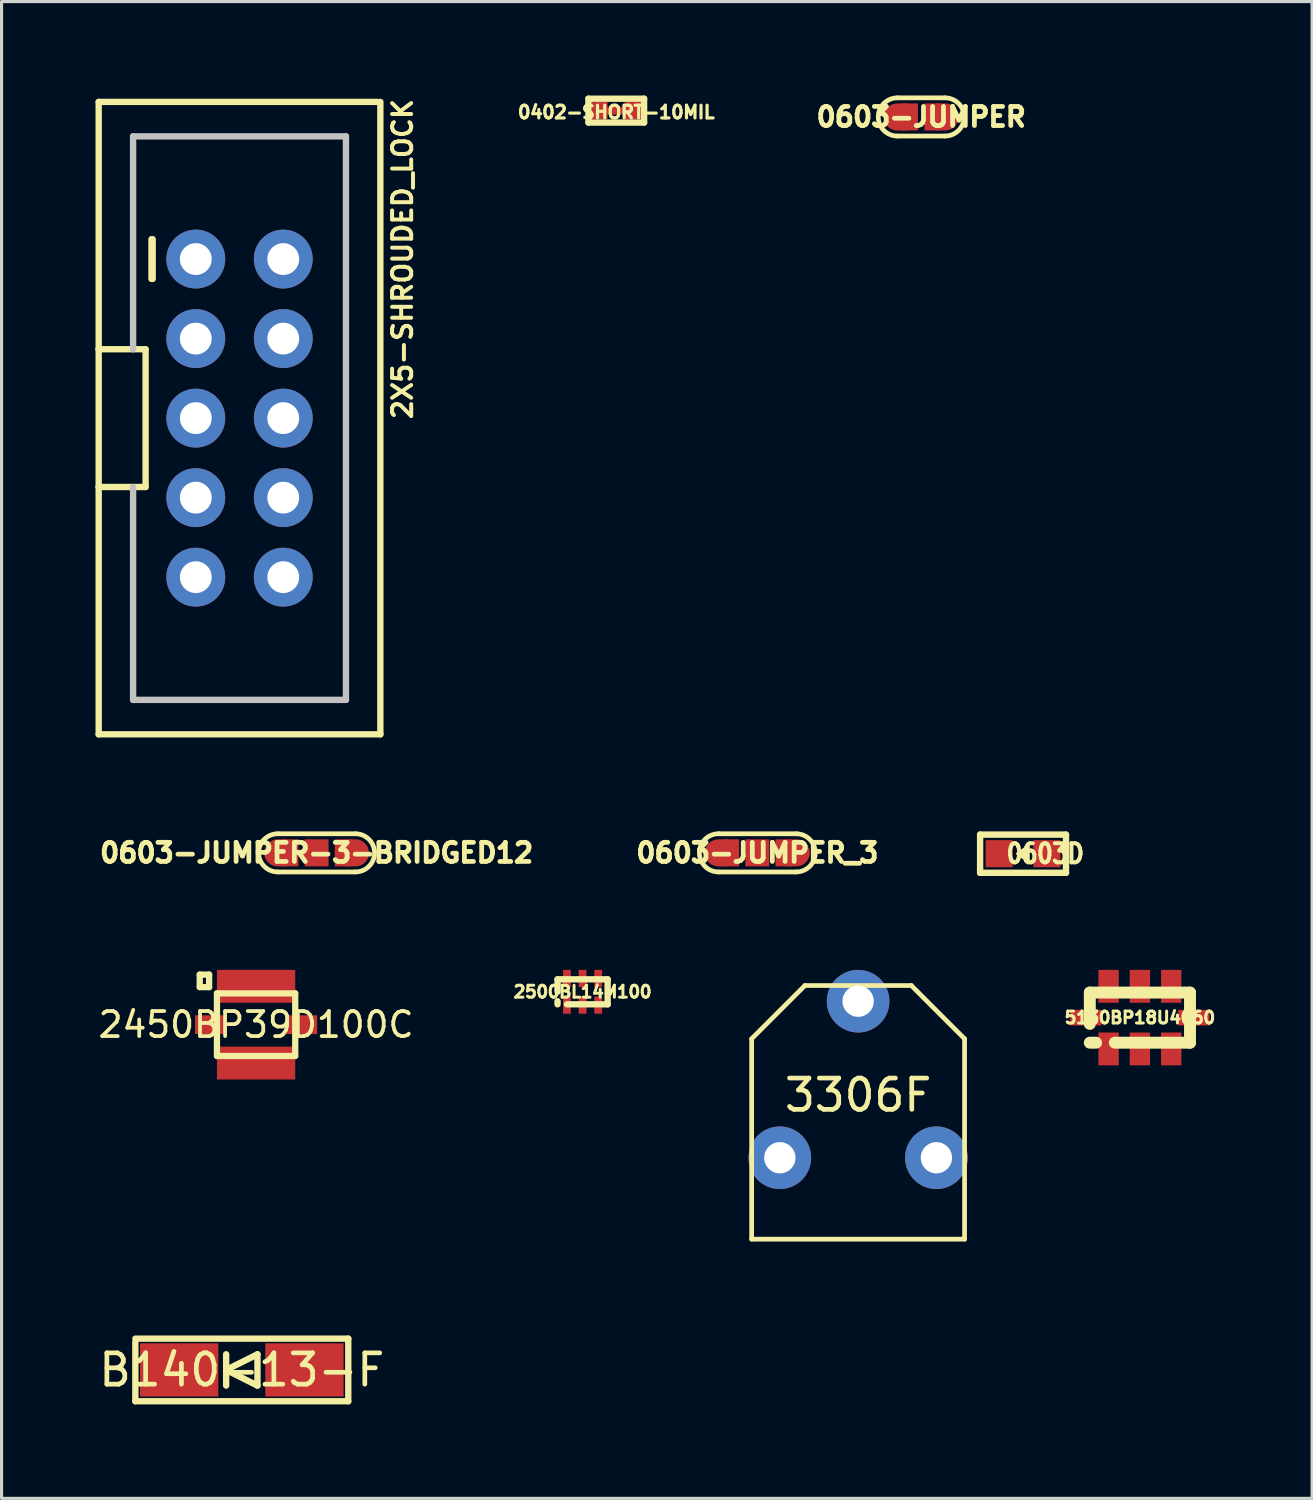
<source format=kicad_pcb>
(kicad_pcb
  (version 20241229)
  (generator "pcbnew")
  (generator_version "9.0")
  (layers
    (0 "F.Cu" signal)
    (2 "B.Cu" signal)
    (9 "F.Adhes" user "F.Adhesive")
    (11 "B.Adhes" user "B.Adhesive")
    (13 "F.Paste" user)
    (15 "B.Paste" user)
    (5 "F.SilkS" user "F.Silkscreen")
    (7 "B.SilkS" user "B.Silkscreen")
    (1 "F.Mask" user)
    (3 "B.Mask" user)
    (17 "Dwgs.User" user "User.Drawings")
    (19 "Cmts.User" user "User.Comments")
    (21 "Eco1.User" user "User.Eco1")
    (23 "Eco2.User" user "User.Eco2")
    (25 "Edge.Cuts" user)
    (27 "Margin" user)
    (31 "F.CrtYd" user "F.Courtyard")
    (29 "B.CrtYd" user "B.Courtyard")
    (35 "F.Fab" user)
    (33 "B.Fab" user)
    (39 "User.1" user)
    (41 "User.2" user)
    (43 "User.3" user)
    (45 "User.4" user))
  (footprint "0603-JUMPER-3-BRIDGED12"
    (layer "F.Cu")
    (at 7.062 24.189)
    (property "Reference" "0603-JUMPER-3-BRIDGED12" (at 0 0 0) (layer "F.SilkS") (effects (font (size 0.61 0.61) (thickness 0.152))))
    (attr exclude_from_pos_files exclude_from_bom)
    (fp_line (start -1.241 0.61) (end 1.241 0.61) (stroke (width 0.15) (type solid)) (layer "F.SilkS"))
    (fp_line (start 1.241 -0.61) (end -1.241 -0.61) (stroke (width 0.15) (type solid)) (layer "F.SilkS"))
    (fp_arc (start -1.2414 0.6096) (mid -1.851 0) (end -1.2414 -0.6096) (stroke (width 0.15) (type solid)) (layer "F.SilkS"))
    (fp_arc (start 1.2414 -0.6096) (mid 1.851 0) (end 1.2414 0.6096) (stroke (width 0.15) (type solid)) (layer "F.SilkS"))
    (pad "" smd rect (at -0.5 0) (size 0.762 0.203) (layers "F.Cu" "F.Mask"))
    (pad "1" smd oval (at -1.127 0) (size 1.092 0.864) (layers "F.Cu" "F.Mask"))
    (pad "1" smd rect (at -0.835 0) (size 0.508 0.864) (layers "F.Cu" "F.Mask"))
    (pad "2" smd rect (at 0 0) (size 0.762 0.864) (layers "F.Cu" "F.Mask"))
    (pad "3" smd rect (at 0.835 0) (size 0.508 0.864) (layers "F.Cu" "F.Mask"))
    (pad "3" smd oval (at 1.127 0) (size 1.092 0.864) (layers "F.Cu" "F.Mask")))
  (footprint "3306F"
    (layer "F.Cu")
    (at 24.357 33.927)
    (property "Reference" "3306F" (at 0 -2 0) (layer "F.SilkS") (effects (font (size 1 1) (thickness 0.15))))
    (attr through_hole)
    (fp_line (start -3.4 -3.8) (end -1.7 -5.5) (stroke (width 0.15) (type solid)) (layer "F.SilkS"))
    (fp_line (start -3.4 2.6) (end -3.4 -3.8) (stroke (width 0.15) (type solid)) (layer "F.SilkS"))
    (fp_line (start -3.4 2.6) (end 3.4 2.6) (stroke (width 0.15) (type solid)) (layer "F.SilkS"))
    (fp_line (start 1.7 -5.5) (end -1.7 -5.5) (stroke (width 0.15) (type solid)) (layer "F.SilkS"))
    (fp_line (start 3.4 -3.8) (end 1.7 -5.5) (stroke (width 0.15) (type solid)) (layer "F.SilkS"))
    (fp_line (start 3.4 2.6) (end 3.4 -3.8) (stroke (width 0.15) (type solid)) (layer "F.SilkS"))
    (pad "1" thru_hole circle (at -2.5 0) (size 2 2) (drill 1) (layers "*.Cu" "*.Mask"))
    (pad "2" thru_hole circle (at 0 -5) (size 2 2) (drill 1) (layers "*.Cu" "*.Mask"))
    (pad "3" thru_hole circle (at 2.5 0) (size 2 2) (drill 1) (layers "*.Cu" "*.Mask")))
  (footprint "5130BP18U4060"
    (layer "F.Cu")
    (at 33.357 29.452)
    (property "Reference" "5130BP18U4060" (at 0 0 0) (layer "F.SilkS") (effects (font (size 0.381 0.381) (thickness 0.095))))
    (attr smd)
    (fp_line (start -1.6 -0.8) (end -1.6 0.2) (stroke (width 0.381) (type solid)) (layer "F.SilkS"))
    (fp_line (start -1.6 -0.8) (end 1.6 -0.8) (stroke (width 0.381) (type solid)) (layer "F.SilkS"))
    (fp_line (start -1.6 0.8) (end -1.4 0.8) (stroke (width 0.381) (type solid)) (layer "F.SilkS"))
    (fp_line (start 1.6 -0.8) (end 1.6 0.8) (stroke (width 0.381) (type solid)) (layer "F.SilkS"))
    (fp_line (start 1.6 0.8) (end -0.8 0.8) (stroke (width 0.381) (type solid)) (layer "F.SilkS"))
    (pad "1" smd rect (at -1 1) (size 0.65 1.05) (layers "F.Cu" "F.Mask" "F.Paste"))
    (pad "2" smd rect (at 0 1) (size 0.65 1.05) (layers "F.Cu" "F.Mask" "F.Paste"))
    (pad "3" smd rect (at 1 1) (size 0.65 1.05) (layers "F.Cu" "F.Mask" "F.Paste"))
    (pad "4" smd rect (at 1.725 0) (size 1 0.5) (layers "F.Cu" "F.Mask" "F.Paste"))
    (pad "5" smd rect (at 1 -1) (size 0.65 1.05) (layers "F.Cu" "F.Mask" "F.Paste"))
    (pad "6" smd rect (at 0 -1) (size 0.65 1.05) (layers "F.Cu" "F.Mask" "F.Paste"))
    (pad "7" smd rect (at -1 -1) (size 0.65 1.05) (layers "F.Cu" "F.Mask" "F.Paste"))
    (pad "8" smd rect (at -1.725 0) (size 1 0.5) (layers "F.Cu" "F.Mask" "F.Paste")))
  (footprint "0603-JUMPER"
    (layer "F.Cu")
    (at 26.372 0.685)
    (property "Reference" "0603-JUMPER" (at 0 0 0) (layer "F.SilkS") (effects (font (size 0.61 0.61) (thickness 0.152))))
    (attr exclude_from_pos_files exclude_from_bom)
    (fp_line (start -0.762 0.61) (end 0.762 0.61) (stroke (width 0.15) (type solid)) (layer "F.SilkS"))
    (fp_line (start 0.762 -0.61) (end -0.762 -0.61) (stroke (width 0.15) (type solid)) (layer "F.SilkS"))
    (fp_arc (start -0.762 0.6096) (mid -1.3716 0) (end -0.762 -0.6096) (stroke (width 0.15) (type solid)) (layer "F.SilkS"))
    (fp_arc (start 0.762 -0.6096) (mid 1.3716 0) (end 0.762 0.6096) (stroke (width 0.15) (type solid)) (layer "F.SilkS"))
    (pad "1" smd oval (at -0.648 0) (size 1.092 0.864) (layers "F.Cu" "F.Mask"))
    (pad "1" smd rect (at -0.356 0) (size 0.508 0.864) (layers "F.Cu" "F.Mask"))
    (pad "2" smd rect (at 0.356 0) (size 0.508 0.864) (layers "F.Cu" "F.Mask"))
    (pad "2" smd oval (at 0.648 0) (size 1.092 0.864) (layers "F.Cu" "F.Mask")))
  (footprint "0402-SHORT-10MIL"
    (layer "F.Cu")
    (at 16.633 0.483)
    (property "Reference" "0402-SHORT-10MIL" (at 0 0.051 0) (layer "F.SilkS") (effects (font (size 0.406 0.406) (thickness 0.102))))
    (attr smd)
    (fp_line (start -0.889 -0.381) (end 0.889 -0.381) (stroke (width 0.203) (type solid)) (layer "F.SilkS"))
    (fp_line (start -0.889 0.381) (end -0.889 -0.381) (stroke (width 0.203) (type solid)) (layer "F.SilkS"))
    (fp_line (start 0.889 -0.381) (end 0.889 0.381) (stroke (width 0.203) (type solid)) (layer "F.SilkS"))
    (fp_line (start 0.889 0.381) (end -0.889 0.381) (stroke (width 0.203) (type solid)) (layer "F.SilkS"))
    (pad "" smd rect (at 0 0) (size 0.762 0.254) (layers "F.Cu" "F.Mask"))
    (pad "1" smd rect (at -0.533 0) (size 0.508 0.559) (layers "F.Cu" "F.Mask"))
    (pad "2" smd rect (at 0.533 0) (size 0.508 0.559) (layers "F.Cu" "F.Mask")))
  (footprint "2500BL14M100"
    (layer "F.Cu")
    (at 15.557 28.627)
    (property "Reference" "2500BL14M100" (at 0 0 0) (layer "F.SilkS") (effects (font (size 0.381 0.381) (thickness 0.095))))
    (attr smd)
    (fp_line (start -0.8 -0.399) (end -0.8 0) (stroke (width 0.203) (type solid)) (layer "F.SilkS"))
    (fp_line (start -0.8 -0.399) (end 0.8 -0.399) (stroke (width 0.203) (type solid)) (layer "F.SilkS"))
    (fp_line (start -0.8 0.399) (end -0.8 0.3) (stroke (width 0.203) (type solid)) (layer "F.SilkS"))
    (fp_line (start 0.8 -0.399) (end 0.8 0.399) (stroke (width 0.203) (type solid)) (layer "F.SilkS"))
    (fp_line (start 0.8 0.399) (end -0.5 0.399) (stroke (width 0.203) (type solid)) (layer "F.SilkS"))
    (pad "1" smd rect (at -0.5 0.425) (size 0.25 0.55) (layers "F.Cu" "F.Mask" "F.Paste"))
    (pad "2" smd rect (at 0 0.425) (size 0.25 0.55) (layers "F.Cu" "F.Mask" "F.Paste"))
    (pad "3" smd rect (at 0.5 0.425) (size 0.25 0.55) (layers "F.Cu" "F.Mask" "F.Paste"))
    (pad "4" smd rect (at 0.5 -0.425) (size 0.25 0.55) (layers "F.Cu" "F.Mask" "F.Paste"))
    (pad "5" smd rect (at 0 -0.425) (size 0.25 0.55) (layers "F.Cu" "F.Mask" "F.Paste"))
    (pad "6" smd rect (at -0.5 -0.425) (size 0.25 0.55) (layers "F.Cu" "F.Mask" "F.Paste")))
  (footprint "2450BP39D100C"
    (layer "F.Cu")
    (at 5.129 29.677)
    (property "Reference" "2450BP39D100C" (at 0 0 0) (layer "F.SilkS") (effects (font (size 0.8 0.8) (thickness 0.12))))
    (attr smd)
    (fp_line (start -1.8 -1.6) (end -1.5 -1.6) (stroke (width 0.2) (type solid)) (layer "F.SilkS"))
    (fp_line (start -1.8 -1.2) (end -1.8 -1.6) (stroke (width 0.2) (type solid)) (layer "F.SilkS"))
    (fp_line (start -1.5 -1.6) (end -1.5 -1.2) (stroke (width 0.2) (type solid)) (layer "F.SilkS"))
    (fp_line (start -1.5 -1.2) (end -1.8 -1.2) (stroke (width 0.2) (type solid)) (layer "F.SilkS"))
    (fp_line (start -1.25 -1) (end 1.25 -1) (stroke (width 0.2) (type solid)) (layer "F.SilkS"))
    (fp_line (start -1.25 1) (end -1.25 -1) (stroke (width 0.2) (type solid)) (layer "F.SilkS"))
    (fp_line (start 1.25 -1) (end 1.25 1) (stroke (width 0.2) (type solid)) (layer "F.SilkS"))
    (fp_line (start 1.25 1) (end -1.25 1) (stroke (width 0.2) (type solid)) (layer "F.SilkS"))
    (pad "1" smd rect (at 0 -1.225) (size 2.5 1.05) (layers "F.Cu" "F.Mask" "F.Paste"))
    (pad "2" smd rect (at 1.45 0) (size 1 0.6) (layers "F.Cu" "F.Mask" "F.Paste"))
    (pad "3" smd rect (at 0 1.225) (size 2.5 1.05) (layers "F.Cu" "F.Mask" "F.Paste"))
    (pad "4" smd rect (at -1.45 0) (size 1 0.6) (layers "F.Cu" "F.Mask" "F.Paste")))
  (footprint "2X5-SHROUDED_LOCK"
    (layer "F.Cu")
    (at 4.6 10.304)
    (property "Reference" "2X5-SHROUDED_LOCK" (at 5.207 -5.08 90) (layer "F.SilkS") (effects (font (size 0.61 0.61) (thickness 0.127))))
    (attr through_hole)
    (fp_line (start -4.498 -10.099) (end 4.399 -10.099) (stroke (width 0.203) (type solid)) (layer "F.SilkS"))
    (fp_line (start -4.498 -2.2) (end -4.498 -10.099) (stroke (width 0.203) (type solid)) (layer "F.SilkS"))
    (fp_line (start -4.498 -2.2) (end -3 -2.2) (stroke (width 0.203) (type solid)) (layer "F.SilkS"))
    (fp_line (start -4.498 2.2) (end -4.498 -2.2) (stroke (width 0.203) (type solid)) (layer "F.SilkS"))
    (fp_line (start -4.498 10.099) (end -4.498 2.2) (stroke (width 0.203) (type solid)) (layer "F.SilkS"))
    (fp_line (start -3 -2.2) (end -3 2.2) (stroke (width 0.203) (type solid)) (layer "F.SilkS"))
    (fp_line (start -3 2.2) (end -4.498 2.2) (stroke (width 0.203) (type solid)) (layer "F.SilkS"))
    (fp_line (start -2.812 -5.715) (end -2.812 -4.445) (stroke (width 0.203) (type solid)) (layer "F.SilkS"))
    (fp_line (start -2.774 -5.715) (end -2.774 -4.445) (stroke (width 0.203) (type solid)) (layer "F.SilkS"))
    (fp_line (start 4.498 -10.099) (end 4.498 10.099) (stroke (width 0.203) (type solid)) (layer "F.SilkS"))
    (fp_line (start 4.498 10.099) (end -4.498 10.099) (stroke (width 0.203) (type solid)) (layer "F.SilkS"))
    (fp_line (start -3.399 -8.999) (end -3.399 -2.2) (stroke (width 0.203) (type solid)) (layer "Dwgs.User"))
    (fp_line (start -3.399 -8.999) (end 3.399 -8.999) (stroke (width 0.203) (type solid)) (layer "Dwgs.User"))
    (fp_line (start -3.399 8.999) (end -3.399 2.2) (stroke (width 0.203) (type solid)) (layer "Dwgs.User"))
    (fp_line (start -3.399 8.999) (end 3.399 8.999) (stroke (width 0.203) (type solid)) (layer "Dwgs.User"))
    (fp_line (start -1.524 -5.334) (end -1.016 -5.334) (stroke (width 0.066) (type solid)) (layer "Dwgs.User"))
    (fp_line (start -1.524 -4.826) (end -1.524 -5.334) (stroke (width 0.066) (type solid)) (layer "Dwgs.User"))
    (fp_line (start -1.524 -4.826) (end -1.016 -4.826) (stroke (width 0.066) (type solid)) (layer "Dwgs.User"))
    (fp_line (start -1.524 -2.794) (end -1.016 -2.794) (stroke (width 0.066) (type solid)) (layer "Dwgs.User"))
    (fp_line (start -1.524 -2.286) (end -1.524 -2.794) (stroke (width 0.066) (type solid)) (layer "Dwgs.User"))
    (fp_line (start -1.524 -2.286) (end -1.016 -2.286) (stroke (width 0.066) (type solid)) (layer "Dwgs.User"))
    (fp_line (start -1.524 -0.254) (end -1.016 -0.254) (stroke (width 0.066) (type solid)) (layer "Dwgs.User"))
    (fp_line (start -1.524 0.254) (end -1.524 -0.254) (stroke (width 0.066) (type solid)) (layer "Dwgs.User"))
    (fp_line (start -1.524 0.254) (end -1.016 0.254) (stroke (width 0.066) (type solid)) (layer "Dwgs.User"))
    (fp_line (start -1.524 2.286) (end -1.016 2.286) (stroke (width 0.066) (type solid)) (layer "Dwgs.User"))
    (fp_line (start -1.524 2.286) (end -1.016 2.286) (stroke (width 0.066) (type solid)) (layer "Dwgs.User"))
    (fp_line (start -1.524 2.794) (end -1.524 2.286) (stroke (width 0.066) (type solid)) (layer "Dwgs.User"))
    (fp_line (start -1.524 2.794) (end -1.524 2.286) (stroke (width 0.066) (type solid)) (layer "Dwgs.User"))
    (fp_line (start -1.524 2.794) (end -1.016 2.794) (stroke (width 0.066) (type solid)) (layer "Dwgs.User"))
    (fp_line (start -1.524 2.794) (end -1.016 2.794) (stroke (width 0.066) (type solid)) (layer "Dwgs.User"))
    (fp_line (start -1.524 4.826) (end -1.016 4.826) (stroke (width 0.066) (type solid)) (layer "Dwgs.User"))
    (fp_line (start -1.524 5.334) (end -1.524 4.826) (stroke (width 0.066) (type solid)) (layer "Dwgs.User"))
    (fp_line (start -1.524 5.334) (end -1.016 5.334) (stroke (width 0.066) (type solid)) (layer "Dwgs.User"))
    (fp_line (start -1.016 -4.826) (end -1.016 -5.334) (stroke (width 0.066) (type solid)) (layer "Dwgs.User"))
    (fp_line (start -1.016 -2.286) (end -1.016 -2.794) (stroke (width 0.066) (type solid)) (layer "Dwgs.User"))
    (fp_line (start -1.016 0.254) (end -1.016 -0.254) (stroke (width 0.066) (type solid)) (layer "Dwgs.User"))
    (fp_line (start -1.016 2.794) (end -1.016 2.286) (stroke (width 0.066) (type solid)) (layer "Dwgs.User"))
    (fp_line (start -1.016 2.794) (end -1.016 2.286) (stroke (width 0.066) (type solid)) (layer "Dwgs.User"))
    (fp_line (start -1.016 5.334) (end -1.016 4.826) (stroke (width 0.066) (type solid)) (layer "Dwgs.User"))
    (fp_line (start 1.016 -5.334) (end 1.524 -5.334) (stroke (width 0.066) (type solid)) (layer "Dwgs.User"))
    (fp_line (start 1.016 -4.826) (end 1.016 -5.334) (stroke (width 0.066) (type solid)) (layer "Dwgs.User"))
    (fp_line (start 1.016 -4.826) (end 1.524 -4.826) (stroke (width 0.066) (type solid)) (layer "Dwgs.User"))
    (fp_line (start 1.016 -2.794) (end 1.524 -2.794) (stroke (width 0.066) (type solid)) (layer "Dwgs.User"))
    (fp_line (start 1.016 -2.286) (end 1.016 -2.794) (stroke (width 0.066) (type solid)) (layer "Dwgs.User"))
    (fp_line (start 1.016 -2.286) (end 1.524 -2.286) (stroke (width 0.066) (type solid)) (layer "Dwgs.User"))
    (fp_line (start 1.016 -0.254) (end 1.524 -0.254) (stroke (width 0.066) (type solid)) (layer "Dwgs.User"))
    (fp_line (start 1.016 0.254) (end 1.016 -0.254) (stroke (width 0.066) (type solid)) (layer "Dwgs.User"))
    (fp_line (start 1.016 0.254) (end 1.524 0.254) (stroke (width 0.066) (type solid)) (layer "Dwgs.User"))
    (fp_line (start 1.016 2.286) (end 1.524 2.286) (stroke (width 0.066) (type solid)) (layer "Dwgs.User"))
    (fp_line (start 1.016 2.286) (end 1.524 2.286) (stroke (width 0.066) (type solid)) (layer "Dwgs.User"))
    (fp_line (start 1.016 2.794) (end 1.016 2.286) (stroke (width 0.066) (type solid)) (layer "Dwgs.User"))
    (fp_line (start 1.016 2.794) (end 1.016 2.286) (stroke (width 0.066) (type solid)) (layer "Dwgs.User"))
    (fp_line (start 1.016 2.794) (end 1.524 2.794) (stroke (width 0.066) (type solid)) (layer "Dwgs.User"))
    (fp_line (start 1.016 2.794) (end 1.524 2.794) (stroke (width 0.066) (type solid)) (layer "Dwgs.User"))
    (fp_line (start 1.016 4.826) (end 1.524 4.826) (stroke (width 0.066) (type solid)) (layer "Dwgs.User"))
    (fp_line (start 1.016 5.334) (end 1.016 4.826) (stroke (width 0.066) (type solid)) (layer "Dwgs.User"))
    (fp_line (start 1.016 5.334) (end 1.524 5.334) (stroke (width 0.066) (type solid)) (layer "Dwgs.User"))
    (fp_line (start 1.524 -4.826) (end 1.524 -5.334) (stroke (width 0.066) (type solid)) (layer "Dwgs.User"))
    (fp_line (start 1.524 -2.286) (end 1.524 -2.794) (stroke (width 0.066) (type solid)) (layer "Dwgs.User"))
    (fp_line (start 1.524 0.254) (end 1.524 -0.254) (stroke (width 0.066) (type solid)) (layer "Dwgs.User"))
    (fp_line (start 1.524 2.794) (end 1.524 2.286) (stroke (width 0.066) (type solid)) (layer "Dwgs.User"))
    (fp_line (start 1.524 2.794) (end 1.524 2.286) (stroke (width 0.066) (type solid)) (layer "Dwgs.User"))
    (fp_line (start 1.524 5.334) (end 1.524 4.826) (stroke (width 0.066) (type solid)) (layer "Dwgs.User"))
    (fp_line (start 3.399 -8.999) (end 3.399 8.999) (stroke (width 0.203) (type solid)) (layer "Dwgs.User"))
    (pad "1" thru_hole circle (at -1.397 -5.08) (size 1.88 1.88) (drill 1.016) (layers "*.Cu" "*.Mask"))
    (pad "2" thru_hole circle (at 1.397 -5.08) (size 1.88 1.88) (drill 1.016) (layers "*.Cu" "*.Mask"))
    (pad "3" thru_hole circle (at -1.397 -2.54) (size 1.88 1.88) (drill 1.016) (layers "*.Cu" "*.Mask"))
    (pad "4" thru_hole circle (at 1.397 -2.54) (size 1.88 1.88) (drill 1.016) (layers "*.Cu" "*.Mask"))
    (pad "5" thru_hole circle (at -1.397 0) (size 1.88 1.88) (drill 1.016) (layers "*.Cu" "*.Mask"))
    (pad "6" thru_hole circle (at 1.397 0) (size 1.88 1.88) (drill 1.016) (layers "*.Cu" "*.Mask"))
    (pad "7" thru_hole circle (at -1.397 2.54) (size 1.88 1.88) (drill 1.016) (layers "*.Cu" "*.Mask"))
    (pad "8" thru_hole circle (at 1.397 2.54) (size 1.88 1.88) (drill 1.016) (layers "*.Cu" "*.Mask"))
    (pad "9" thru_hole circle (at -1.397 5.08) (size 1.88 1.88) (drill 1.016) (layers "*.Cu" "*.Mask"))
    (pad "10" thru_hole circle (at 1.397 5.08) (size 1.88 1.88) (drill 1.016) (layers "*.Cu" "*.Mask")))
  (footprint "B140-13-F"
    (placed yes)
    (layer "F.Cu")
    (at 4.673 40.704)
    (property "Reference" "B140-13-F" (at 0 0 180) (layer "F.SilkS") (effects (font (size 1 1) (thickness 0.15))))
    (attr smd)
    (fp_line (start -3.4 -1) (end 3.4 -1) (stroke (width 0.203) (type solid)) (layer "F.SilkS"))
    (fp_line (start -3.4 1) (end -3.4 -0.9) (stroke (width 0.203) (type solid)) (layer "F.SilkS"))
    (fp_line (start -0.5 -0.5) (end -0.5 0.5) (stroke (width 0.203) (type solid)) (layer "F.SilkS"))
    (fp_line (start -0.5 0) (end 0.5 -0.5) (stroke (width 0.203) (type solid)) (layer "F.SilkS"))
    (fp_line (start 0.5 -0.5) (end 0.5 0.5) (stroke (width 0.203) (type solid)) (layer "F.SilkS"))
    (fp_line (start 0.5 0.5) (end -0.5 0) (stroke (width 0.203) (type solid)) (layer "F.SilkS"))
    (fp_line (start 3.4 -1) (end 3.4 1) (stroke (width 0.203) (type solid)) (layer "F.SilkS"))
    (fp_line (start 3.4 1) (end -3.4 1) (stroke (width 0.203) (type solid)) (layer "F.SilkS"))
    (pad "1" smd rect (at -2 0 180) (size 2.5 1.7) (layers "F.Cu" "F.Mask" "F.Paste"))
    (pad "2" smd rect (at 2 0 180) (size 2.5 1.7) (layers "F.Cu" "F.Mask" "F.Paste")))
  (footprint "0603-JUMPER_3"
    (layer "F.Cu")
    (at 21.138 24.189)
    (property "Reference" "0603-JUMPER_3" (at 0 0 0) (layer "F.SilkS") (effects (font (size 0.61 0.61) (thickness 0.152))))
    (attr exclude_from_pos_files exclude_from_bom)
    (fp_line (start -1.241 0.61) (end 1.241 0.61) (stroke (width 0.15) (type solid)) (layer "F.SilkS"))
    (fp_line (start 1.241 -0.61) (end -1.241 -0.61) (stroke (width 0.15) (type solid)) (layer "F.SilkS"))
    (fp_arc (start -1.2414 0.6096) (mid -1.851 0) (end -1.2414 -0.6096) (stroke (width 0.15) (type solid)) (layer "F.SilkS"))
    (fp_arc (start 1.2414 -0.6096) (mid 1.851 0) (end 1.2414 0.6096) (stroke (width 0.15) (type solid)) (layer "F.SilkS"))
    (pad "1" smd oval (at -1.127 0) (size 1.092 0.864) (layers "F.Cu" "F.Mask"))
    (pad "1" smd rect (at -0.835 0) (size 0.508 0.864) (layers "F.Cu" "F.Mask"))
    (pad "2" smd rect (at 0 0) (size 0.762 0.864) (layers "F.Cu" "F.Mask"))
    (pad "3" smd rect (at 0.835 0) (size 0.508 0.864) (layers "F.Cu" "F.Mask"))
    (pad "3" smd oval (at 1.127 0) (size 1.092 0.864) (layers "F.Cu" "F.Mask")))
  (footprint "0603D"
    (layer "F.Cu")
    (at 29.625 24.216)
    (property "Reference" "0603D" (at 0.711 0 0) (layer "F.SilkS") (effects (font (size 0.61 0.508) (thickness 0.127))))
    (attr smd)
    (fp_line (start -1.372 -0.61) (end -1.372 0.61) (stroke (width 0.203) (type solid)) (layer "F.SilkS"))
    (fp_line (start -1.372 0.61) (end 1.372 0.61) (stroke (width 0.203) (type solid)) (layer "F.SilkS"))
    (fp_line (start -0.15 0) (end 0.15 -0.2) (stroke (width 0.127) (type solid)) (layer "F.SilkS"))
    (fp_line (start 0 0) (end 0.07 0) (stroke (width 0.203) (type solid)) (layer "F.SilkS"))
    (fp_line (start 0.15 -0.2) (end 0.15 0.2) (stroke (width 0.127) (type solid)) (layer "F.SilkS"))
    (fp_line (start 0.15 0.2) (end -0.15 0) (stroke (width 0.127) (type solid)) (layer "F.SilkS"))
    (fp_line (start 1.372 -0.61) (end -1.372 -0.61) (stroke (width 0.203) (type solid)) (layer "F.SilkS"))
    (fp_line (start 1.372 0.61) (end 1.372 -0.61) (stroke (width 0.203) (type solid)) (layer "F.SilkS"))
    (pad "1" smd rect (at -0.762 0) (size 0.864 0.864) (layers "F.Cu" "F.Mask" "F.Paste"))
    (pad "2" smd rect (at 0.762 0) (size 0.864 0.864) (layers "F.Cu" "F.Mask" "F.Paste")))
  (gr_rect
    (start -3 -3)
    (end 38.857 44.805)
    (stroke (width 0.1) (type default))
    (fill no)
    (layer "Edge.Cuts")))
</source>
